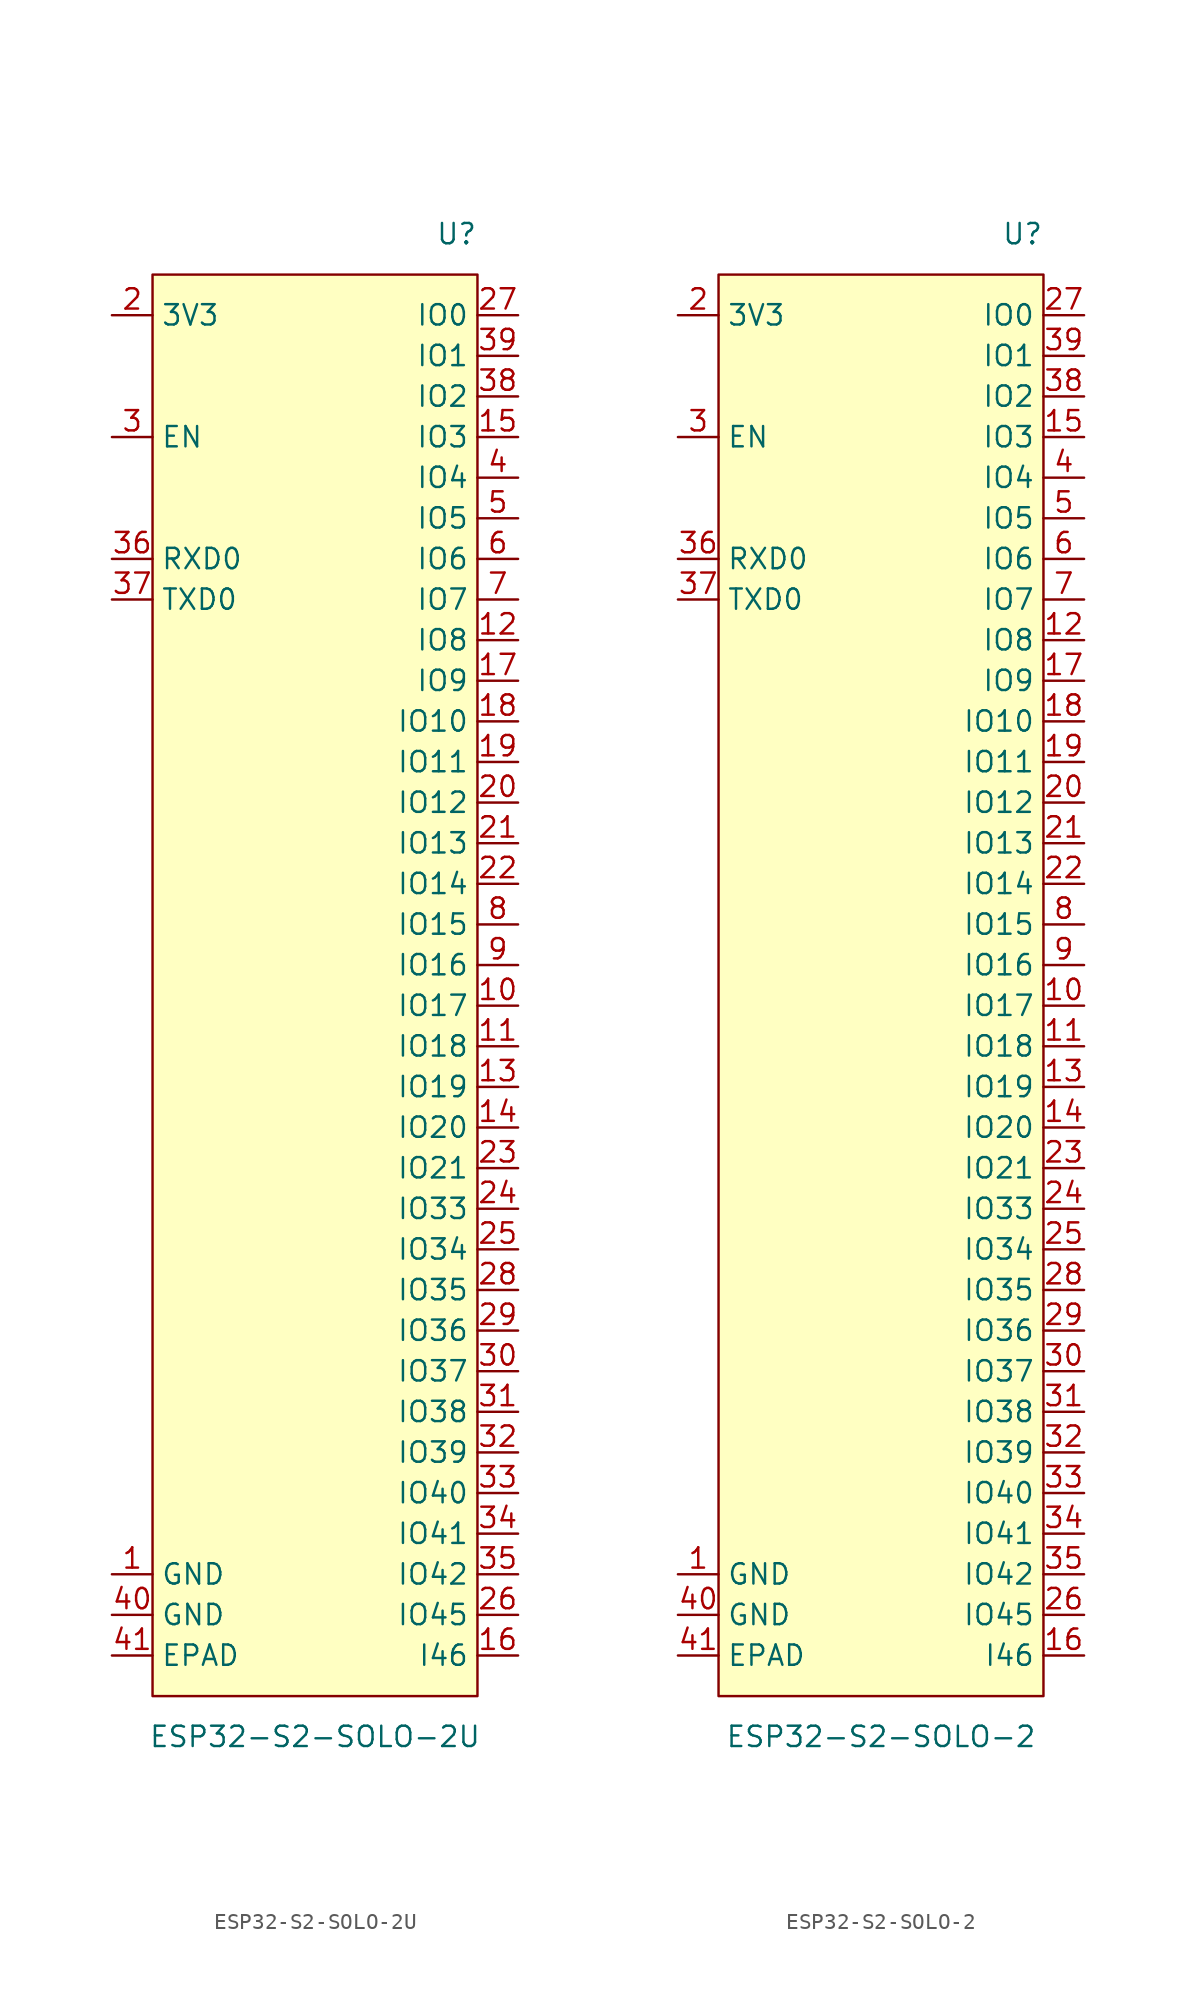
<source format=kicad_sym>
(kicad_symbol_lib
  (version 20231120)
  (generator "kicad_symbol_editor")
  (generator_version "8.0")
  (symbol "ESP32-S2-SOLO-2U"
    (property "Reference" "U"
      (at 10.16 46.99 0)
      (effects (font (size 1.27 1.27)) (justify right)))
    (property "Value" "ESP32-S2-SOLO-2U"
      (at 0 -46.99 0)
      (effects (font (size 1.27 1.27))))
    (symbol "ESP32-S2-SOLO-2U_0_0"
      (pin power_in line (at -12.7 -36.83 0) (length 2.54) (name "GND" (effects (font (size 1.27 1.27)))) (number "1" (effects (font (size 1.27 1.27)))))
      (pin bidirectional line (at 12.7 -1.27 180) (length 2.54) (name "IO17" (effects (font (size 1.27 1.27)))) (number "10" (effects (font (size 1.27 1.27)))))
      (pin bidirectional line (at 12.7 -3.81 180) (length 2.54) (name "IO18" (effects (font (size 1.27 1.27)))) (number "11" (effects (font (size 1.27 1.27)))))
      (pin bidirectional line (at 12.7 21.59 180) (length 2.54) (name "IO8" (effects (font (size 1.27 1.27)))) (number "12" (effects (font (size 1.27 1.27)))))
      (pin bidirectional line (at 12.7 -6.35 180) (length 2.54) (name "IO19" (effects (font (size 1.27 1.27)))) (number "13" (effects (font (size 1.27 1.27)))))
      (pin bidirectional line (at 12.7 -8.89 180) (length 2.54) (name "IO20" (effects (font (size 1.27 1.27)))) (number "14" (effects (font (size 1.27 1.27)))))
      (pin bidirectional line (at 12.7 34.29 180) (length 2.54) (name "IO3" (effects (font (size 1.27 1.27)))) (number "15" (effects (font (size 1.27 1.27)))))
      (pin input line (at 12.7 -41.91 180) (length 2.54) (name "I46" (effects (font (size 1.27 1.27)))) (number "16" (effects (font (size 1.27 1.27)))))
      (pin bidirectional line (at 12.7 19.05 180) (length 2.54) (name "IO9" (effects (font (size 1.27 1.27)))) (number "17" (effects (font (size 1.27 1.27)))))
      (pin bidirectional line (at 12.7 16.51 180) (length 2.54) (name "IO10" (effects (font (size 1.27 1.27)))) (number "18" (effects (font (size 1.27 1.27)))))
      (pin bidirectional line (at 12.7 13.97 180) (length 2.54) (name "IO11" (effects (font (size 1.27 1.27)))) (number "19" (effects (font (size 1.27 1.27)))))
      (pin power_in line (at -12.7 41.91 0) (length 2.54) (name "3V3" (effects (font (size 1.27 1.27)))) (number "2" (effects (font (size 1.27 1.27)))))
      (pin bidirectional line (at 12.7 11.43 180) (length 2.54) (name "IO12" (effects (font (size 1.27 1.27)))) (number "20" (effects (font (size 1.27 1.27)))))
      (pin bidirectional line (at 12.7 8.89 180) (length 2.54) (name "IO13" (effects (font (size 1.27 1.27)))) (number "21" (effects (font (size 1.27 1.27)))))
      (pin bidirectional line (at 12.7 6.35 180) (length 2.54) (name "IO14" (effects (font (size 1.27 1.27)))) (number "22" (effects (font (size 1.27 1.27)))))
      (pin bidirectional line (at 12.7 -11.43 180) (length 2.54) (name "IO21" (effects (font (size 1.27 1.27)))) (number "23" (effects (font (size 1.27 1.27)))))
      (pin bidirectional line (at 12.7 -13.97 180) (length 2.54) (name "IO33" (effects (font (size 1.27 1.27)))) (number "24" (effects (font (size 1.27 1.27)))))
      (pin bidirectional line (at 12.7 -16.51 180) (length 2.54) (name "IO34" (effects (font (size 1.27 1.27)))) (number "25" (effects (font (size 1.27 1.27)))))
      (pin bidirectional line (at 12.7 -39.37 180) (length 2.54) (name "IO45" (effects (font (size 1.27 1.27)))) (number "26" (effects (font (size 1.27 1.27)))))
      (pin bidirectional line (at 12.7 41.91 180) (length 2.54) (name "IO0" (effects (font (size 1.27 1.27)))) (number "27" (effects (font (size 1.27 1.27)))))
      (pin bidirectional line (at 12.7 -19.05 180) (length 2.54) (name "IO35" (effects (font (size 1.27 1.27)))) (number "28" (effects (font (size 1.27 1.27)))))
      (pin bidirectional line (at 12.7 -21.59 180) (length 2.54) (name "IO36" (effects (font (size 1.27 1.27)))) (number "29" (effects (font (size 1.27 1.27)))))
      (pin input line (at -12.7 34.29 0) (length 2.54) (name "EN" (effects (font (size 1.27 1.27)))) (number "3" (effects (font (size 1.27 1.27)))))
      (pin bidirectional line (at 12.7 -24.13 180) (length 2.54) (name "IO37" (effects (font (size 1.27 1.27)))) (number "30" (effects (font (size 1.27 1.27)))))
      (pin bidirectional line (at 12.7 -26.67 180) (length 2.54) (name "IO38" (effects (font (size 1.27 1.27)))) (number "31" (effects (font (size 1.27 1.27)))))
      (pin bidirectional line (at 12.7 -29.21 180) (length 2.54) (name "IO39" (effects (font (size 1.27 1.27)))) (number "32" (effects (font (size 1.27 1.27)))))
      (pin bidirectional line (at 12.7 -31.75 180) (length 2.54) (name "IO40" (effects (font (size 1.27 1.27)))) (number "33" (effects (font (size 1.27 1.27)))))
      (pin bidirectional line (at 12.7 -34.29 180) (length 2.54) (name "IO41" (effects (font (size 1.27 1.27)))) (number "34" (effects (font (size 1.27 1.27)))))
      (pin bidirectional line (at 12.7 -36.83 180) (length 2.54) (name "IO42" (effects (font (size 1.27 1.27)))) (number "35" (effects (font (size 1.27 1.27)))))
      (pin bidirectional line (at -12.7 26.67 0) (length 2.54) (name "RXD0" (effects (font (size 1.27 1.27)))) (number "36" (effects (font (size 1.27 1.27)))))
      (pin bidirectional line (at -12.7 24.13 0) (length 2.54) (name "TXD0" (effects (font (size 1.27 1.27)))) (number "37" (effects (font (size 1.27 1.27)))))
      (pin bidirectional line (at 12.7 36.83 180) (length 2.54) (name "IO2" (effects (font (size 1.27 1.27)))) (number "38" (effects (font (size 1.27 1.27)))))
      (pin bidirectional line (at 12.7 39.37 180) (length 2.54) (name "IO1" (effects (font (size 1.27 1.27)))) (number "39" (effects (font (size 1.27 1.27)))))
      (pin bidirectional line (at 12.7 31.75 180) (length 2.54) (name "IO4" (effects (font (size 1.27 1.27)))) (number "4" (effects (font (size 1.27 1.27)))))
      (pin power_in line (at -12.7 -39.37 0) (length 2.54) (name "GND" (effects (font (size 1.27 1.27)))) (number "40" (effects (font (size 1.27 1.27)))))
      (pin power_in line (at -12.7 -41.91 0) (length 2.54) (name "EPAD" (effects (font (size 1.27 1.27)))) (number "41" (effects (font (size 1.27 1.27)))))
      (pin bidirectional line (at 12.7 29.21 180) (length 2.54) (name "IO5" (effects (font (size 1.27 1.27)))) (number "5" (effects (font (size 1.27 1.27)))))
      (pin bidirectional line (at 12.7 26.67 180) (length 2.54) (name "IO6" (effects (font (size 1.27 1.27)))) (number "6" (effects (font (size 1.27 1.27)))))
      (pin bidirectional line (at 12.7 24.13 180) (length 2.54) (name "IO7" (effects (font (size 1.27 1.27)))) (number "7" (effects (font (size 1.27 1.27)))))
      (pin bidirectional line (at 12.7 3.81 180) (length 2.54) (name "IO15" (effects (font (size 1.27 1.27)))) (number "8" (effects (font (size 1.27 1.27)))))
      (pin bidirectional line (at 12.7 1.27 180) (length 2.54) (name "IO16" (effects (font (size 1.27 1.27)))) (number "9" (effects (font (size 1.27 1.27))))))
    (symbol "ESP32-S2-SOLO-2U_1_1"
      (rectangle (start -10.16 44.45) (end 10.16 -44.45) (stroke (width 0) (type default)) (fill (type background)))))
  (symbol "ESP32-S2-SOLO-2"
    (property "Reference" "U"
      (at 10.16 46.99 0)
      (effects (font (size 1.27 1.27)) (justify right)))
    (property "Value" "ESP32-S2-SOLO-2"
      (at 0 -46.99 0)
      (effects (font (size 1.27 1.27))))
    (symbol "ESP32-S2-SOLO-2_0_0"
      (pin power_in line (at -12.7 -36.83 0) (length 2.54) (name "GND" (effects (font (size 1.27 1.27)))) (number "1" (effects (font (size 1.27 1.27)))))
      (pin bidirectional line (at 12.7 -1.27 180) (length 2.54) (name "IO17" (effects (font (size 1.27 1.27)))) (number "10" (effects (font (size 1.27 1.27)))))
      (pin bidirectional line (at 12.7 -3.81 180) (length 2.54) (name "IO18" (effects (font (size 1.27 1.27)))) (number "11" (effects (font (size 1.27 1.27)))))
      (pin bidirectional line (at 12.7 21.59 180) (length 2.54) (name "IO8" (effects (font (size 1.27 1.27)))) (number "12" (effects (font (size 1.27 1.27)))))
      (pin bidirectional line (at 12.7 -6.35 180) (length 2.54) (name "IO19" (effects (font (size 1.27 1.27)))) (number "13" (effects (font (size 1.27 1.27)))))
      (pin bidirectional line (at 12.7 -8.89 180) (length 2.54) (name "IO20" (effects (font (size 1.27 1.27)))) (number "14" (effects (font (size 1.27 1.27)))))
      (pin bidirectional line (at 12.7 34.29 180) (length 2.54) (name "IO3" (effects (font (size 1.27 1.27)))) (number "15" (effects (font (size 1.27 1.27)))))
      (pin input line (at 12.7 -41.91 180) (length 2.54) (name "I46" (effects (font (size 1.27 1.27)))) (number "16" (effects (font (size 1.27 1.27)))))
      (pin bidirectional line (at 12.7 19.05 180) (length 2.54) (name "IO9" (effects (font (size 1.27 1.27)))) (number "17" (effects (font (size 1.27 1.27)))))
      (pin bidirectional line (at 12.7 16.51 180) (length 2.54) (name "IO10" (effects (font (size 1.27 1.27)))) (number "18" (effects (font (size 1.27 1.27)))))
      (pin bidirectional line (at 12.7 13.97 180) (length 2.54) (name "IO11" (effects (font (size 1.27 1.27)))) (number "19" (effects (font (size 1.27 1.27)))))
      (pin power_in line (at -12.7 41.91 0) (length 2.54) (name "3V3" (effects (font (size 1.27 1.27)))) (number "2" (effects (font (size 1.27 1.27)))))
      (pin bidirectional line (at 12.7 11.43 180) (length 2.54) (name "IO12" (effects (font (size 1.27 1.27)))) (number "20" (effects (font (size 1.27 1.27)))))
      (pin bidirectional line (at 12.7 8.89 180) (length 2.54) (name "IO13" (effects (font (size 1.27 1.27)))) (number "21" (effects (font (size 1.27 1.27)))))
      (pin bidirectional line (at 12.7 6.35 180) (length 2.54) (name "IO14" (effects (font (size 1.27 1.27)))) (number "22" (effects (font (size 1.27 1.27)))))
      (pin bidirectional line (at 12.7 -11.43 180) (length 2.54) (name "IO21" (effects (font (size 1.27 1.27)))) (number "23" (effects (font (size 1.27 1.27)))))
      (pin bidirectional line (at 12.7 -13.97 180) (length 2.54) (name "IO33" (effects (font (size 1.27 1.27)))) (number "24" (effects (font (size 1.27 1.27)))))
      (pin bidirectional line (at 12.7 -16.51 180) (length 2.54) (name "IO34" (effects (font (size 1.27 1.27)))) (number "25" (effects (font (size 1.27 1.27)))))
      (pin bidirectional line (at 12.7 -39.37 180) (length 2.54) (name "IO45" (effects (font (size 1.27 1.27)))) (number "26" (effects (font (size 1.27 1.27)))))
      (pin bidirectional line (at 12.7 41.91 180) (length 2.54) (name "IO0" (effects (font (size 1.27 1.27)))) (number "27" (effects (font (size 1.27 1.27)))))
      (pin bidirectional line (at 12.7 -19.05 180) (length 2.54) (name "IO35" (effects (font (size 1.27 1.27)))) (number "28" (effects (font (size 1.27 1.27)))))
      (pin bidirectional line (at 12.7 -21.59 180) (length 2.54) (name "IO36" (effects (font (size 1.27 1.27)))) (number "29" (effects (font (size 1.27 1.27)))))
      (pin input line (at -12.7 34.29 0) (length 2.54) (name "EN" (effects (font (size 1.27 1.27)))) (number "3" (effects (font (size 1.27 1.27)))))
      (pin bidirectional line (at 12.7 -24.13 180) (length 2.54) (name "IO37" (effects (font (size 1.27 1.27)))) (number "30" (effects (font (size 1.27 1.27)))))
      (pin bidirectional line (at 12.7 -26.67 180) (length 2.54) (name "IO38" (effects (font (size 1.27 1.27)))) (number "31" (effects (font (size 1.27 1.27)))))
      (pin bidirectional line (at 12.7 -29.21 180) (length 2.54) (name "IO39" (effects (font (size 1.27 1.27)))) (number "32" (effects (font (size 1.27 1.27)))))
      (pin bidirectional line (at 12.7 -31.75 180) (length 2.54) (name "IO40" (effects (font (size 1.27 1.27)))) (number "33" (effects (font (size 1.27 1.27)))))
      (pin bidirectional line (at 12.7 -34.29 180) (length 2.54) (name "IO41" (effects (font (size 1.27 1.27)))) (number "34" (effects (font (size 1.27 1.27)))))
      (pin bidirectional line (at 12.7 -36.83 180) (length 2.54) (name "IO42" (effects (font (size 1.27 1.27)))) (number "35" (effects (font (size 1.27 1.27)))))
      (pin bidirectional line (at -12.7 26.67 0) (length 2.54) (name "RXD0" (effects (font (size 1.27 1.27)))) (number "36" (effects (font (size 1.27 1.27)))))
      (pin bidirectional line (at -12.7 24.13 0) (length 2.54) (name "TXD0" (effects (font (size 1.27 1.27)))) (number "37" (effects (font (size 1.27 1.27)))))
      (pin bidirectional line (at 12.7 36.83 180) (length 2.54) (name "IO2" (effects (font (size 1.27 1.27)))) (number "38" (effects (font (size 1.27 1.27)))))
      (pin bidirectional line (at 12.7 39.37 180) (length 2.54) (name "IO1" (effects (font (size 1.27 1.27)))) (number "39" (effects (font (size 1.27 1.27)))))
      (pin bidirectional line (at 12.7 31.75 180) (length 2.54) (name "IO4" (effects (font (size 1.27 1.27)))) (number "4" (effects (font (size 1.27 1.27)))))
      (pin power_in line (at -12.7 -39.37 0) (length 2.54) (name "GND" (effects (font (size 1.27 1.27)))) (number "40" (effects (font (size 1.27 1.27)))))
      (pin power_in line (at -12.7 -41.91 0) (length 2.54) (name "EPAD" (effects (font (size 1.27 1.27)))) (number "41" (effects (font (size 1.27 1.27)))))
      (pin bidirectional line (at 12.7 29.21 180) (length 2.54) (name "IO5" (effects (font (size 1.27 1.27)))) (number "5" (effects (font (size 1.27 1.27)))))
      (pin bidirectional line (at 12.7 26.67 180) (length 2.54) (name "IO6" (effects (font (size 1.27 1.27)))) (number "6" (effects (font (size 1.27 1.27)))))
      (pin bidirectional line (at 12.7 24.13 180) (length 2.54) (name "IO7" (effects (font (size 1.27 1.27)))) (number "7" (effects (font (size 1.27 1.27)))))
      (pin bidirectional line (at 12.7 3.81 180) (length 2.54) (name "IO15" (effects (font (size 1.27 1.27)))) (number "8" (effects (font (size 1.27 1.27)))))
      (pin bidirectional line (at 12.7 1.27 180) (length 2.54) (name "IO16" (effects (font (size 1.27 1.27)))) (number "9" (effects (font (size 1.27 1.27))))))
    (symbol "ESP32-S2-SOLO-2_1_1"
      (rectangle (start -10.16 44.45) (end 10.16 -44.45) (stroke (width 0) (type default)) (fill (type background))))))
</source>
